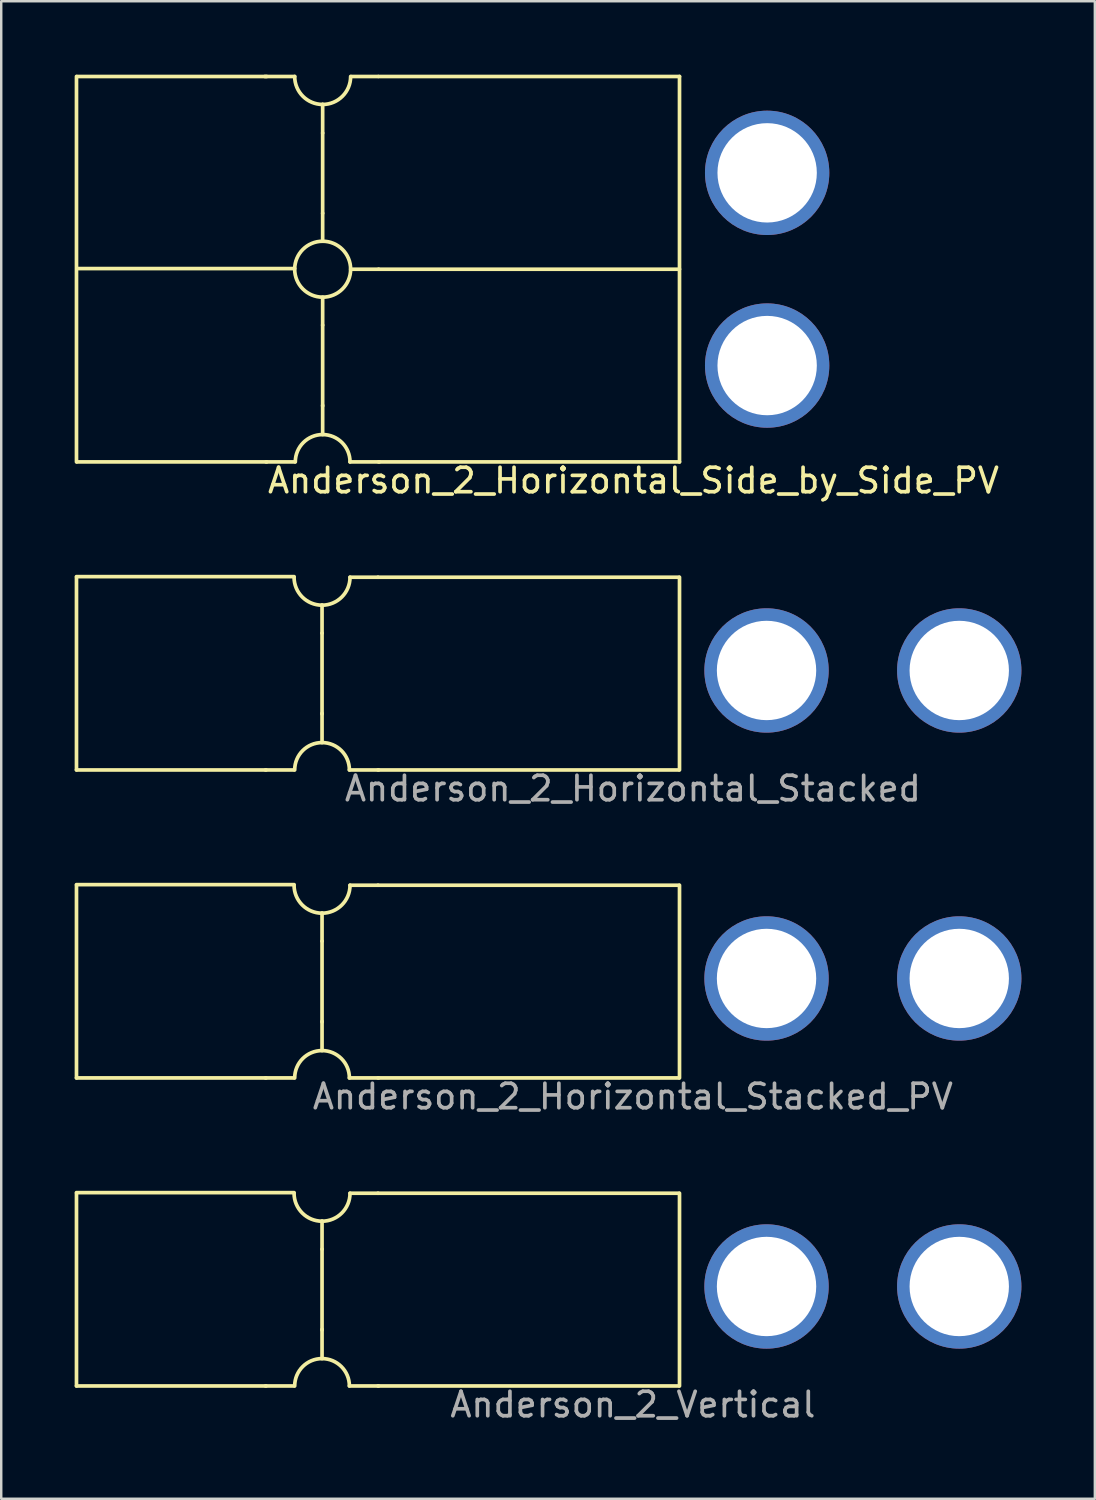
<source format=kicad_pcb>
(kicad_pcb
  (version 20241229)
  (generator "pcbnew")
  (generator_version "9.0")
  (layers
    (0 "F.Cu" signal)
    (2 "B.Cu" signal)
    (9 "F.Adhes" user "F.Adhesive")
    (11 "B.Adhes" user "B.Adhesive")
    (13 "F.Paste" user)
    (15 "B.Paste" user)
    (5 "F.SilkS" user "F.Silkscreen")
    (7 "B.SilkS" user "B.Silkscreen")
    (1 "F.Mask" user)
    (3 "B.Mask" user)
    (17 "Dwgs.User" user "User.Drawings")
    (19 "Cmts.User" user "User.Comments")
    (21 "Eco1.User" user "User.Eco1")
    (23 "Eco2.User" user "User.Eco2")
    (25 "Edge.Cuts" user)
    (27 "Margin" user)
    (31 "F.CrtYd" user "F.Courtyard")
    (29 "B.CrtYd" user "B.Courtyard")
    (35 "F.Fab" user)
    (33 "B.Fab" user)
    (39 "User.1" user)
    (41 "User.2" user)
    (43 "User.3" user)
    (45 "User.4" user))
  (footprint "Anderson_2_Horizontal_Side_by_Side_PV"
    (layer "F.Cu")
    (at 28.269 4.012)
    (property "Reference" "Anderson_2_Horizontal_Side_by_Side_PV" (at -5.436 12.573 0) (layer "F.SilkS") (effects (font (size 1 1) (thickness 0.15))))
    (attr through_hole)
    (fp_line (start -28.194 -3.937) (end -28.194 11.811) (stroke (width 0.15) (type solid)) (layer "F.SilkS"))
    (fp_line (start -28.169 -3.937) (end -20.422 -3.937) (stroke (width 0.15) (type solid)) (layer "F.SilkS"))
    (fp_line (start -28.169 3.912) (end -19.279 3.912) (stroke (width 0.15) (type solid)) (layer "F.SilkS"))
    (fp_line (start -20.447 11.811) (end -19.279 11.811) (stroke (width 0.15) (type solid)) (layer "F.SilkS"))
    (fp_line (start -20.422 11.811) (end -28.169 11.811) (stroke (width 0.15) (type solid)) (layer "F.SilkS"))
    (fp_line (start -19.279 -3.937) (end -20.498 -3.937) (stroke (width 0.15) (type solid)) (layer "F.SilkS"))
    (fp_line (start -18.136 -2.794) (end -18.136 -1.626) (stroke (width 0.15) (type solid)) (layer "F.SilkS"))
    (fp_line (start -18.136 1.651) (end -18.136 -1.626) (stroke (width 0.15) (type solid)) (layer "F.SilkS"))
    (fp_line (start -18.136 1.651) (end -18.136 2.794) (stroke (width 0.15) (type solid)) (layer "F.SilkS"))
    (fp_line (start -18.136 6.223) (end -18.136 5.08) (stroke (width 0.15) (type solid)) (layer "F.SilkS"))
    (fp_line (start -18.136 6.223) (end -18.136 9.525) (stroke (width 0.15) (type solid)) (layer "F.SilkS"))
    (fp_line (start -18.136 9.5) (end -18.136 10.668) (stroke (width 0.15) (type solid)) (layer "F.SilkS"))
    (fp_line (start -15.875 -3.937) (end -16.967 -3.937) (stroke (width 0.15) (type solid)) (layer "F.SilkS"))
    (fp_line (start -15.85 -3.937) (end -3.556 -3.937) (stroke (width 0.15) (type solid)) (layer "F.SilkS"))
    (fp_line (start -15.85 3.937) (end -16.993 3.937) (stroke (width 0.15) (type solid)) (layer "F.SilkS"))
    (fp_line (start -15.85 3.937) (end -3.556 3.937) (stroke (width 0.15) (type solid)) (layer "F.SilkS"))
    (fp_line (start -15.85 11.811) (end -3.556 11.811) (stroke (width 0.15) (type solid)) (layer "F.SilkS"))
    (fp_line (start -15.824 11.811) (end -17.018 11.811) (stroke (width 0.15) (type solid)) (layer "F.SilkS"))
    (fp_line (start -3.556 -3.937) (end -3.556 11.811) (stroke (width 0.15) (type solid)) (layer "F.SilkS"))
    (fp_arc (start -19.2532 11.811) (mid -18.925863 11.020737) (end -18.1356 10.6934) (stroke (width 0.15) (type solid)) (layer "F.SilkS"))
    (fp_arc (start -18.1356 -2.794) (mid -18.943823 -3.128777) (end -19.2786 -3.937) (stroke (width 0.15) (type solid)) (layer "F.SilkS"))
    (fp_arc (start -18.1356 10.6934) (mid -17.345337 11.020737) (end -17.018 11.811) (stroke (width 0.15) (type solid)) (layer "F.SilkS"))
    (fp_arc (start -16.9926 -3.937) (mid -17.327377 -3.128777) (end -18.1356 -2.794) (stroke (width 0.15) (type solid)) (layer "F.SilkS"))
    (fp_circle (center -18.136 3.937) (end -18.136 5.08) (stroke (width 0.15) (type solid)) (fill no) (layer "F.SilkS"))
    (pad "1" thru_hole circle (at 0.025 0) (size 5.08 5.08) (drill 4.06) (layers "*.Cu" "*.Mask"))
    (pad "4" thru_hole circle (at 0.025 7.874) (size 5.08 5.08) (drill 4.06) (layers "*.Cu" "*.Mask")))
  (footprint "Anderson_2_Horizontal_Stacked_PV"
    (layer "F.Cu")
    (at 28.269 36.928)
    (property "Reference" "Anderson_2_Horizontal_Stacked_PV" (at -5.461 4.826 0) (layer "F.Fab") (effects (font (size 1 1) (thickness 0.15))))
    (attr through_hole)
    (fp_line (start -28.194 -3.835) (end -19.304 -3.835) (stroke (width 0.15) (type solid)) (layer "F.SilkS"))
    (fp_line (start -28.194 -3.81) (end -28.194 4.064) (stroke (width 0.15) (type solid)) (layer "F.SilkS"))
    (fp_line (start -20.472 4.064) (end -19.304 4.064) (stroke (width 0.15) (type solid)) (layer "F.SilkS"))
    (fp_line (start -20.447 4.064) (end -28.194 4.064) (stroke (width 0.15) (type solid)) (layer "F.SilkS"))
    (fp_line (start -18.161 -1.524) (end -18.161 -2.667) (stroke (width 0.15) (type solid)) (layer "F.SilkS"))
    (fp_line (start -18.161 -1.524) (end -18.161 1.778) (stroke (width 0.15) (type solid)) (layer "F.SilkS"))
    (fp_line (start -18.161 1.753) (end -18.161 2.921) (stroke (width 0.15) (type solid)) (layer "F.SilkS"))
    (fp_line (start -15.875 -3.81) (end -17.018 -3.81) (stroke (width 0.15) (type solid)) (layer "F.SilkS"))
    (fp_line (start -15.875 -3.81) (end -3.581 -3.81) (stroke (width 0.15) (type solid)) (layer "F.SilkS"))
    (fp_line (start -15.875 4.064) (end -3.581 4.064) (stroke (width 0.15) (type solid)) (layer "F.SilkS"))
    (fp_line (start -15.85 4.064) (end -17.043 4.064) (stroke (width 0.15) (type solid)) (layer "F.SilkS"))
    (fp_line (start -3.556 4.064) (end -3.556 -3.81) (stroke (width 0.15) (type solid)) (layer "F.SilkS"))
    (fp_arc (start -19.2786 4.064) (mid -18.951263 3.273737) (end -18.161 2.9464) (stroke (width 0.15) (type solid)) (layer "F.SilkS"))
    (fp_arc (start -18.161 -2.667) (mid -18.969223 -3.001777) (end -19.304 -3.81) (stroke (width 0.15) (type solid)) (layer "F.SilkS"))
    (fp_arc (start -18.161 2.9464) (mid -17.370737 3.273737) (end -17.0434 4.064) (stroke (width 0.15) (type solid)) (layer "F.SilkS"))
    (fp_arc (start -17.018 -3.81) (mid -17.352777 -3.001777) (end -18.161 -2.667) (stroke (width 0.15) (type solid)) (layer "F.SilkS"))
    (pad "1" thru_hole circle (at 7.874 0) (size 5.08 5.08) (drill 4.06) (layers "*.Cu" "*.Mask" "F.Paste"))
    (pad "2" thru_hole circle (at 0 0) (size 5.08 5.08) (drill 4.06) (layers "*.Cu" "*.Mask" "F.Paste")))
  (footprint "Anderson_2_Horizontal_Stacked"
    (layer "F.Cu")
    (at 28.269 24.344)
    (property "Reference" "Anderson_2_Horizontal_Stacked" (at -5.461 4.826 0) (layer "F.Fab") (effects (font (size 1 1) (thickness 0.15))))
    (attr through_hole)
    (fp_line (start -28.194 -3.835) (end -19.304 -3.835) (stroke (width 0.15) (type solid)) (layer "F.SilkS"))
    (fp_line (start -28.194 -3.81) (end -28.194 4.064) (stroke (width 0.15) (type solid)) (layer "F.SilkS"))
    (fp_line (start -20.472 4.064) (end -19.304 4.064) (stroke (width 0.15) (type solid)) (layer "F.SilkS"))
    (fp_line (start -20.447 4.064) (end -28.194 4.064) (stroke (width 0.15) (type solid)) (layer "F.SilkS"))
    (fp_line (start -18.161 -1.524) (end -18.161 -2.667) (stroke (width 0.15) (type solid)) (layer "F.SilkS"))
    (fp_line (start -18.161 -1.524) (end -18.161 1.778) (stroke (width 0.15) (type solid)) (layer "F.SilkS"))
    (fp_line (start -18.161 1.753) (end -18.161 2.921) (stroke (width 0.15) (type solid)) (layer "F.SilkS"))
    (fp_line (start -15.875 -3.81) (end -17.018 -3.81) (stroke (width 0.15) (type solid)) (layer "F.SilkS"))
    (fp_line (start -15.875 -3.81) (end -3.581 -3.81) (stroke (width 0.15) (type solid)) (layer "F.SilkS"))
    (fp_line (start -15.875 4.064) (end -3.581 4.064) (stroke (width 0.15) (type solid)) (layer "F.SilkS"))
    (fp_line (start -15.85 4.064) (end -17.043 4.064) (stroke (width 0.15) (type solid)) (layer "F.SilkS"))
    (fp_line (start -3.556 4.064) (end -3.556 -3.81) (stroke (width 0.15) (type solid)) (layer "F.SilkS"))
    (fp_arc (start -19.2786 4.064) (mid -18.951263 3.273737) (end -18.161 2.9464) (stroke (width 0.15) (type solid)) (layer "F.SilkS"))
    (fp_arc (start -18.161 -2.667) (mid -18.969223 -3.001777) (end -19.304 -3.81) (stroke (width 0.15) (type solid)) (layer "F.SilkS"))
    (fp_arc (start -18.161 2.9464) (mid -17.370737 3.273737) (end -17.0434 4.064) (stroke (width 0.15) (type solid)) (layer "F.SilkS"))
    (fp_arc (start -17.018 -3.81) (mid -17.352777 -3.001777) (end -18.161 -2.667) (stroke (width 0.15) (type solid)) (layer "F.SilkS"))
    (pad "1" thru_hole circle (at 0 0) (size 5.08 5.08) (drill 4.06) (layers "*.Cu" "*.Mask" "F.Paste"))
    (pad "4" thru_hole circle (at 7.874 0) (size 5.08 5.08) (drill 4.06) (layers "*.Cu" "*.Mask" "F.Paste")))
  (footprint "Anderson_2_Vertical"
    (layer "F.Cu")
    (at 28.269 49.513)
    (property "Reference" "Anderson_2_Vertical" (at -5.461 4.826 0) (layer "F.Fab") (effects (font (size 1 1) (thickness 0.15))))
    (attr through_hole)
    (fp_line (start -28.194 -3.835) (end -19.304 -3.835) (stroke (width 0.15) (type solid)) (layer "F.SilkS"))
    (fp_line (start -28.194 -3.81) (end -28.194 4.064) (stroke (width 0.15) (type solid)) (layer "F.SilkS"))
    (fp_line (start -20.472 4.064) (end -19.304 4.064) (stroke (width 0.15) (type solid)) (layer "F.SilkS"))
    (fp_line (start -20.447 4.064) (end -28.194 4.064) (stroke (width 0.15) (type solid)) (layer "F.SilkS"))
    (fp_line (start -18.161 -1.524) (end -18.161 -2.667) (stroke (width 0.15) (type solid)) (layer "F.SilkS"))
    (fp_line (start -18.161 -1.524) (end -18.161 1.778) (stroke (width 0.15) (type solid)) (layer "F.SilkS"))
    (fp_line (start -18.161 1.753) (end -18.161 2.921) (stroke (width 0.15) (type solid)) (layer "F.SilkS"))
    (fp_line (start -15.875 -3.81) (end -17.018 -3.81) (stroke (width 0.15) (type solid)) (layer "F.SilkS"))
    (fp_line (start -15.875 -3.81) (end -3.581 -3.81) (stroke (width 0.15) (type solid)) (layer "F.SilkS"))
    (fp_line (start -15.875 4.064) (end -3.581 4.064) (stroke (width 0.15) (type solid)) (layer "F.SilkS"))
    (fp_line (start -15.85 4.064) (end -17.043 4.064) (stroke (width 0.15) (type solid)) (layer "F.SilkS"))
    (fp_line (start -3.556 4.064) (end -3.556 -3.81) (stroke (width 0.15) (type solid)) (layer "F.SilkS"))
    (fp_arc (start -19.2786 4.064) (mid -18.951263 3.273737) (end -18.161 2.9464) (stroke (width 0.15) (type solid)) (layer "F.SilkS"))
    (fp_arc (start -18.161 -2.667) (mid -18.969223 -3.001777) (end -19.304 -3.81) (stroke (width 0.15) (type solid)) (layer "F.SilkS"))
    (fp_arc (start -18.161 2.9464) (mid -17.370737 3.273737) (end -17.0434 4.064) (stroke (width 0.15) (type solid)) (layer "F.SilkS"))
    (fp_arc (start -17.018 -3.81) (mid -17.352777 -3.001777) (end -18.161 -2.667) (stroke (width 0.15) (type solid)) (layer "F.SilkS"))
    (pad "1" thru_hole circle (at 0 0) (size 5.08 5.08) (drill 4.06) (layers "*.Cu" "*.Mask" "F.Paste"))
    (pad "4" thru_hole circle (at 7.874 0) (size 5.08 5.08) (drill 4.06) (layers "*.Cu" "*.Mask" "F.Paste")))
  (gr_rect
    (start -3 -3)
    (end 41.683 58.187)
    (stroke (width 0.1) (type default))
    (fill no)
    (layer "Edge.Cuts")))
</source>
